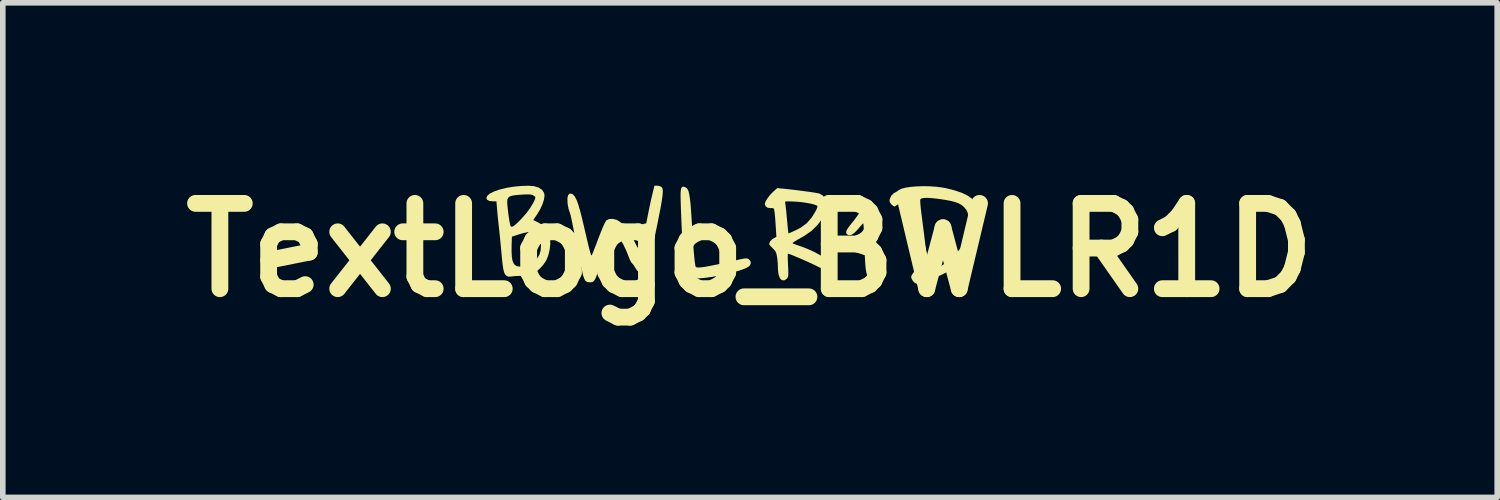
<source format=kicad_pcb>
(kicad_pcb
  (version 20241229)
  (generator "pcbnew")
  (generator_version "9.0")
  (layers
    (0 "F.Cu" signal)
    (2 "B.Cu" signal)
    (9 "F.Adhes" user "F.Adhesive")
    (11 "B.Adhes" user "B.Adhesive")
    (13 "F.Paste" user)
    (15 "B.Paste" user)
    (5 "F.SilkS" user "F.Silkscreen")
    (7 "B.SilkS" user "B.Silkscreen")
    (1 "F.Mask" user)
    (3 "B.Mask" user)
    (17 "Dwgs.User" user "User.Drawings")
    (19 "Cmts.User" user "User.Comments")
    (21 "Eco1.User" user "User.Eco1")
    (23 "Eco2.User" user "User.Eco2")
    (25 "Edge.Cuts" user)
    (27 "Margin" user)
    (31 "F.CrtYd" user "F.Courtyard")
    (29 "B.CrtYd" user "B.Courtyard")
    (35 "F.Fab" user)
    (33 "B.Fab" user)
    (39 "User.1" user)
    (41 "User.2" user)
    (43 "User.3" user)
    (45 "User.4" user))
  (footprint "TextLogo_BWLR1D"
    (layer "F.Cu")
    (at 10.349 1.418)
    (property "Reference" "TextLogo_BWLR1D" (at 0 0 0) (layer "F.SilkS") (effects (font (size 1.524 1.524) (thickness 0.3))))
    (attr board_only exclude_from_pos_files exclude_from_bom)
    (fp_poly (pts (xy 2.114 -0.806) (xy 2.133 -0.798) (xy 2.148 -0.78) (xy 2.16 -0.75) (xy 2.171 -0.706) (xy 2.18 -0.646) (xy 2.187 -0.566) (xy 2.194 -0.464) (xy 2.2 -0.337) (xy 2.206 -0.183) (xy 2.21 -0.097) (xy 2.215 0.053) (xy 2.218 0.175) (xy 2.22 0.271) (xy 2.219 0.345) (xy 2.216 0.399) (xy 2.21 0.437) (xy 2.2 0.462) (xy 2.188 0.475) (xy 2.171 0.481) (xy 2.157 0.482) (xy 2.121 0.474) (xy 2.103 0.462) (xy 2.089 0.439) (xy 2.078 0.402) (xy 2.069 0.349) (xy 2.061 0.277) (xy 2.055 0.182) (xy 2.049 0.062) (xy 2.044 -0.086) (xy 2.044 -0.09) (xy 2.041 -0.197) (xy 2.037 -0.292) (xy 2.033 -0.372) (xy 2.029 -0.432) (xy 2.025 -0.469) (xy 2.022 -0.479) (xy 2.008 -0.466) (xy 1.979 -0.434) (xy 1.942 -0.391) (xy 1.931 -0.377) (xy 1.869 -0.312) (xy 1.816 -0.275) (xy 1.771 -0.266) (xy 1.744 -0.275) (xy 1.721 -0.297) (xy 1.716 -0.326) (xy 1.731 -0.365) (xy 1.767 -0.418) (xy 1.812 -0.475) (xy 1.861 -0.536) (xy 1.906 -0.597) (xy 1.942 -0.648) (xy 1.955 -0.668) (xy 2.002 -0.742) (xy 2.043 -0.788) (xy 2.081 -0.808) (xy 2.093 -0.809)) (stroke (width 0) (type solid)) (fill yes) (layer "F.SilkS"))
    (fp_poly (pts (xy -1.17 -1.129) (xy -1.169 -1.128) (xy -1.146 -1.118) (xy -1.127 -1.102) (xy -1.11 -1.078) (xy -1.096 -1.041) (xy -1.085 -0.991) (xy -1.074 -0.923) (xy -1.064 -0.836) (xy -1.055 -0.726) (xy -1.046 -0.591) (xy -1.036 -0.428) (xy -1.035 -0.404) (xy -1.024 -0.236) (xy -1.014 -0.087) (xy -1.004 0.041) (xy -0.994 0.145) (xy -0.985 0.225) (xy -0.977 0.277) (xy -0.971 0.298) (xy -0.956 0.307) (xy -0.924 0.311) (xy -0.875 0.308) (xy -0.805 0.299) (xy -0.714 0.282) (xy -0.598 0.259) (xy -0.456 0.228) (xy -0.299 0.192) (xy -0.208 0.172) (xy -0.143 0.158) (xy -0.097 0.15) (xy -0.067 0.148) (xy -0.046 0.151) (xy -0.029 0.158) (xy -0.023 0.162) (xy 0.009 0.198) (xy 0.013 0.242) (xy -0.01 0.283) (xy -0.014 0.286) (xy -0.057 0.314) (xy -0.126 0.343) (xy -0.217 0.373) (xy -0.323 0.403) (xy -0.441 0.432) (xy -0.564 0.458) (xy -0.689 0.48) (xy -0.81 0.496) (xy -0.91 0.505) (xy -0.987 0.508) (xy -1.043 0.504) (xy -1.084 0.491) (xy -1.085 0.491) (xy -1.124 0.464) (xy -1.15 0.429) (xy -1.151 0.427) (xy -1.162 0.385) (xy -1.173 0.316) (xy -1.183 0.22) (xy -1.193 0.096) (xy -1.203 -0.055) (xy -1.213 -0.236) (xy -1.223 -0.447) (xy -1.233 -0.687) (xy -1.237 -0.809) (xy -1.24 -0.921) (xy -1.241 -1.006) (xy -1.237 -1.066) (xy -1.229 -1.105) (xy -1.215 -1.127) (xy -1.196 -1.133)) (stroke (width 0) (type solid)) (fill yes) (layer "F.SilkS"))
    (fp_poly (pts (xy 3.209 -1.14) (xy 3.326 -1.132) (xy 3.436 -1.118) (xy 3.497 -1.107) (xy 3.655 -1.067) (xy 3.785 -1.023) (xy 3.888 -0.973) (xy 3.966 -0.917) (xy 4.019 -0.855) (xy 4.055 -0.79) (xy 4.077 -0.716) (xy 4.088 -0.628) (xy 4.088 -0.518) (xy 4.087 -0.493) (xy 4.063 -0.316) (xy 4.011 -0.149) (xy 3.93 0.006) (xy 3.823 0.148) (xy 3.69 0.274) (xy 3.632 0.318) (xy 3.511 0.396) (xy 3.397 0.453) (xy 3.308 0.483) (xy 3.248 0.505) (xy 3.202 0.535) (xy 3.176 0.569) (xy 3.173 0.583) (xy 3.16 0.61) (xy 3.127 0.635) (xy 3.086 0.651) (xy 3.068 0.653) (xy 3.031 0.643) (xy 3.002 0.622) (xy 2.975 0.599) (xy 2.956 0.591) (xy 2.935 0.579) (xy 2.909 0.549) (xy 2.888 0.513) (xy 2.878 0.483) (xy 2.878 0.481) (xy 2.887 0.452) (xy 2.911 0.414) (xy 2.916 0.407) (xy 2.936 0.38) (xy 2.948 0.351) (xy 2.954 0.31) (xy 2.955 0.249) (xy 2.955 0.237) (xy 2.953 0.176) (xy 2.947 0.093) (xy 2.938 -0.001) (xy 2.927 -0.097) (xy 2.924 -0.121) (xy 2.91 -0.224) (xy 2.896 -0.344) (xy 2.881 -0.47) (xy 2.869 -0.588) (xy 2.865 -0.625) (xy 2.839 -0.88) (xy 3.04 -0.88) (xy 3.043 -0.83) (xy 3.049 -0.762) (xy 3.058 -0.682) (xy 3.064 -0.636) (xy 3.086 -0.463) (xy 3.105 -0.317) (xy 3.12 -0.195) (xy 3.132 -0.096) (xy 3.141 -0.016) (xy 3.148 0.049) (xy 3.152 0.101) (xy 3.154 0.143) (xy 3.155 0.179) (xy 3.154 0.211) (xy 3.152 0.231) (xy 3.144 0.346) (xy 3.233 0.338) (xy 3.311 0.323) (xy 3.388 0.296) (xy 3.404 0.289) (xy 3.46 0.254) (xy 3.527 0.201) (xy 3.6 0.138) (xy 3.67 0.07) (xy 3.73 0.004) (xy 3.768 -0.044) (xy 3.825 -0.151) (xy 3.867 -0.282) (xy 3.891 -0.423) (xy 3.901 -0.526) (xy 3.9 -0.606) (xy 3.888 -0.669) (xy 3.863 -0.72) (xy 3.825 -0.766) (xy 3.82 -0.771) (xy 3.777 -0.807) (xy 3.726 -0.836) (xy 3.662 -0.859) (xy 3.581 -0.88) (xy 3.477 -0.899) (xy 3.405 -0.91) (xy 3.274 -0.926) (xy 3.173 -0.933) (xy 3.1 -0.931) (xy 3.056 -0.92) (xy 3.042 -0.905) (xy 3.04 -0.88) (xy 2.839 -0.88) (xy 2.838 -0.894) (xy 2.784 -0.89) (xy 2.733 -0.875) (xy 2.675 -0.842) (xy 2.662 -0.832) (xy 2.621 -0.802) (xy 2.59 -0.782) (xy 2.579 -0.778) (xy 2.56 -0.788) (xy 2.53 -0.812) (xy 2.525 -0.818) (xy 2.498 -0.853) (xy 2.492 -0.888) (xy 2.495 -0.906) (xy 2.522 -0.97) (xy 2.569 -1.017) (xy 2.59 -1.028) (xy 2.625 -1.048) (xy 2.66 -1.073) (xy 2.706 -1.097) (xy 2.778 -1.115) (xy 2.869 -1.129) (xy 2.975 -1.138) (xy 3.091 -1.142)) (stroke (width 0) (type solid)) (fill yes) (layer "F.SilkS"))
    (fp_poly (pts (xy -3.856 -1.142) (xy -3.774 -1.116) (xy -3.714 -1.075) (xy -3.679 -1.021) (xy -3.671 -0.971) (xy -3.681 -0.903) (xy -3.708 -0.819) (xy -3.749 -0.73) (xy -3.801 -0.642) (xy -3.802 -0.641) (xy -3.873 -0.537) (xy -3.804 -0.504) (xy -3.714 -0.453) (xy -3.649 -0.398) (xy -3.606 -0.332) (xy -3.58 -0.249) (xy -3.57 -0.187) (xy -3.569 -0.099) (xy -3.581 -0.001) (xy -3.605 0.097) (xy -3.638 0.179) (xy -3.647 0.195) (xy -3.695 0.264) (xy -3.757 0.332) (xy -3.823 0.39) (xy -3.884 0.429) (xy -3.931 0.446) (xy -3.994 0.455) (xy -4.079 0.459) (xy -4.083 0.459) (xy -4.152 0.462) (xy -4.214 0.465) (xy -4.26 0.471) (xy -4.27 0.473) (xy -4.321 0.473) (xy -4.351 0.459) (xy -4.37 0.441) (xy -4.386 0.415) (xy -4.399 0.376) (xy -4.411 0.321) (xy -4.421 0.247) (xy -4.432 0.148) (xy -4.441 0.047) (xy -4.443 0.027) (xy -4.26 0.027) (xy -4.255 0.119) (xy -4.244 0.187) (xy -4.225 0.235) (xy -4.207 0.259) (xy -4.182 0.279) (xy -4.153 0.29) (xy -4.109 0.295) (xy -4.062 0.296) (xy -4.004 0.295) (xy -3.965 0.289) (xy -3.934 0.274) (xy -3.897 0.244) (xy -3.876 0.225) (xy -3.806 0.153) (xy -3.762 0.081) (xy -3.739 -0.000237) (xy -3.735 -0.099) (xy -3.735 -0.111) (xy -3.739 -0.174) (xy -3.745 -0.215) (xy -3.756 -0.243) (xy -3.775 -0.266) (xy -3.792 -0.281) (xy -3.838 -0.311) (xy -3.894 -0.325) (xy -3.964 -0.322) (xy -4.053 -0.303) (xy -4.122 -0.283) (xy -4.254 -0.24) (xy -4.259 -0.093) (xy -4.26 0.027) (xy -4.443 0.027) (xy -4.451 -0.06) (xy -4.462 -0.173) (xy -4.473 -0.282) (xy -4.483 -0.376) (xy -4.487 -0.412) (xy -4.497 -0.503) (xy -4.507 -0.598) (xy -4.515 -0.686) (xy -4.519 -0.735) (xy -4.528 -0.842) (xy -4.337 -0.842) (xy -4.333 -0.782) (xy -4.325 -0.71) (xy -4.316 -0.633) (xy -4.305 -0.559) (xy -4.294 -0.495) (xy -4.284 -0.448) (xy -4.275 -0.425) (xy -4.258 -0.416) (xy -4.233 -0.424) (xy -4.197 -0.45) (xy -4.146 -0.497) (xy -4.082 -0.562) (xy -3.998 -0.657) (xy -3.926 -0.755) (xy -3.871 -0.847) (xy -3.85 -0.89) (xy -3.836 -0.928) (xy -3.836 -0.949) (xy -3.854 -0.966) (xy -3.866 -0.974) (xy -3.889 -0.986) (xy -3.918 -0.992) (xy -3.961 -0.995) (xy -4.025 -0.994) (xy -4.075 -0.991) (xy -4.172 -0.984) (xy -4.242 -0.974) (xy -4.289 -0.96) (xy -4.318 -0.938) (xy -4.333 -0.909) (xy -4.337 -0.883) (xy -4.337 -0.842) (xy -4.528 -0.842) (xy -4.53 -0.871) (xy -4.595 -0.871) (xy -4.659 -0.879) (xy -4.698 -0.9) (xy -4.71 -0.932) (xy -4.695 -0.969) (xy -4.652 -1.007) (xy -4.576 -1.046) (xy -4.475 -1.082) (xy -4.355 -1.111) (xy -4.222 -1.133) (xy -4.083 -1.146) (xy -3.959 -1.15)) (stroke (width 0) (type solid)) (fill yes) (layer "F.SilkS"))
    (fp_poly (pts (xy 0.597 -1.097) (xy 0.689 -1.087) (xy 0.789 -1.076) (xy 0.891 -1.063) (xy 0.991 -1.05) (xy 1.081 -1.038) (xy 1.157 -1.026) (xy 1.212 -1.016) (xy 1.24 -1.01) (xy 1.297 -0.977) (xy 1.345 -0.924) (xy 1.375 -0.862) (xy 1.377 -0.855) (xy 1.379 -0.788) (xy 1.36 -0.707) (xy 1.324 -0.62) (xy 1.292 -0.563) (xy 1.203 -0.445) (xy 1.099 -0.344) (xy 0.973 -0.256) (xy 0.907 -0.218) (xy 0.845 -0.184) (xy 0.797 -0.154) (xy 0.767 -0.133) (xy 0.759 -0.123) (xy 0.777 -0.114) (xy 0.819 -0.098) (xy 0.876 -0.078) (xy 0.918 -0.063) (xy 1.026 -0.022) (xy 1.134 0.027) (xy 1.233 0.079) (xy 1.319 0.132) (xy 1.384 0.181) (xy 1.407 0.203) (xy 1.442 0.248) (xy 1.458 0.284) (xy 1.459 0.316) (xy 1.451 0.349) (xy 1.432 0.367) (xy 1.399 0.369) (xy 1.349 0.356) (xy 1.278 0.327) (xy 1.195 0.287) (xy 1.135 0.257) (xy 1.063 0.224) (xy 0.984 0.188) (xy 0.904 0.153) (xy 0.828 0.121) (xy 0.761 0.093) (xy 0.71 0.073) (xy 0.68 0.063) (xy 0.675 0.062) (xy 0.674 0.077) (xy 0.674 0.117) (xy 0.675 0.176) (xy 0.678 0.25) (xy 0.679 0.27) (xy 0.683 0.354) (xy 0.684 0.413) (xy 0.683 0.453) (xy 0.678 0.478) (xy 0.669 0.495) (xy 0.656 0.511) (xy 0.656 0.511) (xy 0.618 0.539) (xy 0.583 0.54) (xy 0.557 0.528) (xy 0.531 0.497) (xy 0.511 0.44) (xy 0.5 0.363) (xy 0.498 0.303) (xy 0.495 0.231) (xy 0.487 0.153) (xy 0.482 0.117) (xy 0.47 0.059) (xy 0.451 0.018) (xy 0.419 -0.019) (xy 0.405 -0.033) (xy 0.37 -0.068) (xy 0.347 -0.096) (xy 0.342 -0.108) (xy 0.356 -0.152) (xy 0.394 -0.193) (xy 0.422 -0.211) (xy 0.471 -0.236) (xy 0.459 -0.425) (xy 0.454 -0.507) (xy 0.448 -0.584) (xy 0.442 -0.647) (xy 0.438 -0.684) (xy 0.43 -0.727) (xy 0.419 -0.747) (xy 0.396 -0.751) (xy 0.371 -0.75) (xy 0.316 -0.756) (xy 0.279 -0.782) (xy 0.264 -0.824) (xy 0.264 -0.827) (xy 0.272 -0.851) (xy 0.626 -0.851) (xy 0.628 -0.846) (xy 0.632 -0.819) (xy 0.638 -0.769) (xy 0.646 -0.702) (xy 0.653 -0.626) (xy 0.653 -0.622) (xy 0.661 -0.541) (xy 0.668 -0.464) (xy 0.674 -0.402) (xy 0.678 -0.363) (xy 0.686 -0.297) (xy 0.759 -0.329) (xy 0.816 -0.355) (xy 0.881 -0.388) (xy 0.913 -0.406) (xy 1.014 -0.481) (xy 1.103 -0.584) (xy 1.166 -0.686) (xy 1.192 -0.738) (xy 1.204 -0.771) (xy 1.202 -0.789) (xy 1.196 -0.795) (xy 1.155 -0.812) (xy 1.09 -0.829) (xy 1.009 -0.844) (xy 0.918 -0.857) (xy 0.826 -0.865) (xy 0.788 -0.867) (xy 0.714 -0.87) (xy 0.666 -0.871) (xy 0.638 -0.868) (xy 0.627 -0.862) (xy 0.626 -0.851) (xy 0.272 -0.851) (xy 0.275 -0.864) (xy 0.305 -0.915) (xy 0.347 -0.972) (xy 0.398 -1.028) (xy 0.42 -1.048) (xy 0.485 -1.107)) (stroke (width 0) (type solid)) (fill yes) (layer "F.SilkS"))
    (fp_poly (pts (xy -1.612 -1.143) (xy -1.578 -1.125) (xy -1.578 -1.125) (xy -1.567 -1.108) (xy -1.561 -1.084) (xy -1.558 -1.047) (xy -1.561 -0.998) (xy -1.569 -0.931) (xy -1.582 -0.846) (xy -1.601 -0.739) (xy -1.627 -0.608) (xy -1.658 -0.45) (xy -1.673 -0.381) (xy -1.709 -0.204) (xy -1.739 -0.055) (xy -1.765 0.068) (xy -1.786 0.168) (xy -1.804 0.247) (xy -1.818 0.308) (xy -1.831 0.353) (xy -1.842 0.384) (xy -1.853 0.404) (xy -1.864 0.415) (xy -1.875 0.42) (xy -1.888 0.421) (xy -1.903 0.42) (xy -1.914 0.42) (xy -1.971 0.405) (xy -2.021 0.361) (xy -2.053 0.311) (xy -2.078 0.27) (xy -2.101 0.242) (xy -2.108 0.237) (xy -2.123 0.217) (xy -2.145 0.175) (xy -2.168 0.119) (xy -2.177 0.095) (xy -2.215 0.001) (xy -2.262 -0.096) (xy -2.313 -0.186) (xy -2.364 -0.262) (xy -2.388 -0.291) (xy -2.414 -0.318) (xy -2.431 -0.322) (xy -2.442 -0.311) (xy -2.454 -0.287) (xy -2.474 -0.239) (xy -2.502 -0.172) (xy -2.535 -0.091) (xy -2.57 -0.000244) (xy -2.607 0.095) (xy -2.642 0.188) (xy -2.675 0.277) (xy -2.698 0.342) (xy -2.73 0.43) (xy -2.755 0.493) (xy -2.776 0.534) (xy -2.797 0.559) (xy -2.819 0.571) (xy -2.847 0.575) (xy -2.862 0.576) (xy -2.909 0.57) (xy -2.939 0.551) (xy -2.946 0.541) (xy -2.965 0.502) (xy -2.982 0.453) (xy -2.985 0.443) (xy -2.991 0.414) (xy -3.003 0.359) (xy -3.019 0.282) (xy -3.039 0.188) (xy -3.061 0.081) (xy -3.085 -0.034) (xy -3.109 -0.154) (xy -3.133 -0.273) (xy -3.156 -0.387) (xy -3.177 -0.493) (xy -3.191 -0.56) (xy -3.204 -0.619) (xy -3.22 -0.673) (xy -3.229 -0.696) (xy -3.242 -0.738) (xy -3.254 -0.798) (xy -3.26 -0.845) (xy -3.262 -0.926) (xy -3.25 -0.981) (xy -3.223 -1.008) (xy -3.204 -1.011) (xy -3.166 -0.997) (xy -3.129 -0.956) (xy -3.094 -0.885) (xy -3.073 -0.826) (xy -3.062 -0.792) (xy -3.051 -0.755) (xy -3.039 -0.713) (xy -3.025 -0.662) (xy -3.009 -0.599) (xy -2.99 -0.52) (xy -2.967 -0.423) (xy -2.939 -0.304) (xy -2.905 -0.159) (xy -2.885 -0.073) (xy -2.867 -0.004) (xy -2.852 0.051) (xy -2.839 0.087) (xy -2.831 0.098) (xy -2.831 0.098) (xy -2.822 0.08) (xy -2.804 0.038) (xy -2.78 -0.024) (xy -2.749 -0.102) (xy -2.716 -0.191) (xy -2.709 -0.21) (xy -2.667 -0.316) (xy -2.631 -0.405) (xy -2.6 -0.473) (xy -2.576 -0.517) (xy -2.565 -0.533) (xy -2.516 -0.555) (xy -2.453 -0.558) (xy -2.385 -0.541) (xy -2.37 -0.535) (xy -2.305 -0.491) (xy -2.236 -0.422) (xy -2.167 -0.331) (xy -2.1 -0.223) (xy -2.059 -0.143) (xy -2.026 -0.078) (xy -1.996 -0.025) (xy -1.974 0.011) (xy -1.961 0.024) (xy -1.96 0.023) (xy -1.943 -0.002) (xy -1.927 -0.054) (xy -1.911 -0.131) (xy -1.896 -0.226) (xy -1.884 -0.306) (xy -1.867 -0.409) (xy -1.844 -0.528) (xy -1.819 -0.655) (xy -1.793 -0.783) (xy -1.767 -0.904) (xy -1.748 -0.984) (xy -1.708 -1.151) (xy -1.656 -1.151)) (stroke (width 0) (type solid)) (fill yes) (layer "F.SilkS")))
  (gr_rect
    (start -3 -3)
    (end 23.697 5.836)
    (stroke (width 0.1) (type default))
    (fill no)
    (layer "Edge.Cuts")))
</source>
